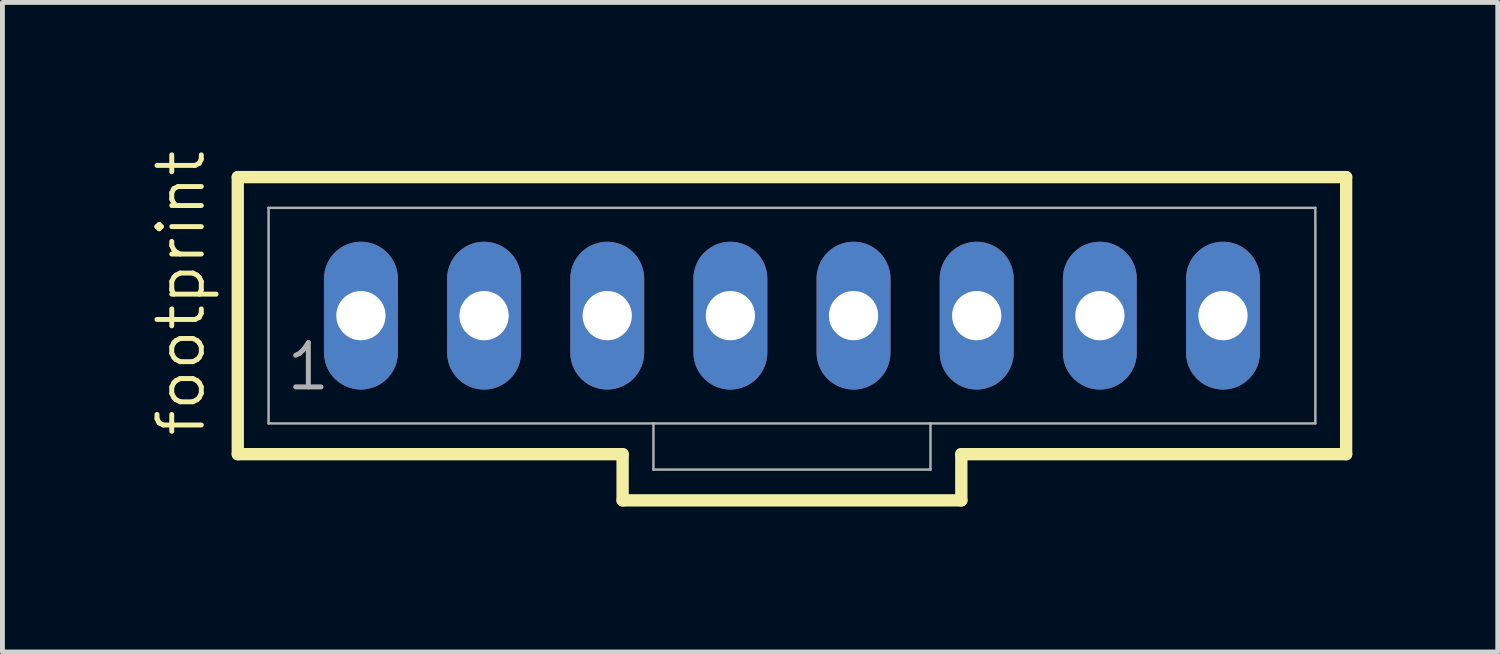
<source format=kicad_pcb>
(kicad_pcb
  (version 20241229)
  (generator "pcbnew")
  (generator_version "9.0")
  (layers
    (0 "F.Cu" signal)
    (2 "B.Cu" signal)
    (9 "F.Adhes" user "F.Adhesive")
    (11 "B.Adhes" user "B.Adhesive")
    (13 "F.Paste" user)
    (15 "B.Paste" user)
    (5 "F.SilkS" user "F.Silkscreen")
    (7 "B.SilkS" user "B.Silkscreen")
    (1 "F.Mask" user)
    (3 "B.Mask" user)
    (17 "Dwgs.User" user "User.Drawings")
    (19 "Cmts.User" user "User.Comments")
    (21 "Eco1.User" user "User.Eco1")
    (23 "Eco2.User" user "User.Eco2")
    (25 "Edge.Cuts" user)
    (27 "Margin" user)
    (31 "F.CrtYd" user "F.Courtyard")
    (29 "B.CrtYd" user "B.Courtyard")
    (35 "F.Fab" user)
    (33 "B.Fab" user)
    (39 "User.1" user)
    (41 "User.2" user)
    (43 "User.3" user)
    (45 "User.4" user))
  (footprint "footprint"
    (layer "F.Cu")
    (at 13.284 3.46)
    (property "Reference" "footprint" (at -12.065 2.54 90) (layer "F.SilkS") (effects (font (size 0.914 0.914) (thickness 0.102)) (justify left bottom)))
    (fp_line (start -11.43 -2.857) (end -11.43 2.857) (stroke (width 0.254) (type solid)) (layer "F.SilkS"))
    (fp_line (start -11.43 2.857) (end -3.493 2.857) (stroke (width 0.254) (type solid)) (layer "F.SilkS"))
    (fp_line (start -3.493 2.857) (end -3.493 3.81) (stroke (width 0.254) (type solid)) (layer "F.SilkS"))
    (fp_line (start -3.493 3.81) (end 3.493 3.81) (stroke (width 0.254) (type solid)) (layer "F.SilkS"))
    (fp_line (start 3.493 2.857) (end 11.43 2.857) (stroke (width 0.254) (type solid)) (layer "F.SilkS"))
    (fp_line (start 3.493 3.81) (end 3.493 2.857) (stroke (width 0.254) (type solid)) (layer "F.SilkS"))
    (fp_line (start 11.43 -2.857) (end -11.43 -2.857) (stroke (width 0.254) (type solid)) (layer "F.SilkS"))
    (fp_line (start 11.43 2.857) (end 11.43 -2.857) (stroke (width 0.254) (type solid)) (layer "F.SilkS"))
    (fp_line (start -10.795 -2.223) (end -10.795 2.223) (stroke (width 0.051) (type solid)) (layer "F.Fab"))
    (fp_line (start -10.795 -2.223) (end 10.795 -2.223) (stroke (width 0.051) (type solid)) (layer "F.Fab"))
    (fp_line (start -10.795 2.223) (end -2.857 2.223) (stroke (width 0.051) (type solid)) (layer "F.Fab"))
    (fp_line (start -2.857 2.223) (end -2.857 3.175) (stroke (width 0.051) (type solid)) (layer "F.Fab"))
    (fp_line (start -2.857 2.223) (end 2.857 2.223) (stroke (width 0.051) (type solid)) (layer "F.Fab"))
    (fp_line (start 2.857 2.223) (end 2.857 3.175) (stroke (width 0.051) (type solid)) (layer "F.Fab"))
    (fp_line (start 2.857 2.223) (end 10.795 2.223) (stroke (width 0.051) (type solid)) (layer "F.Fab"))
    (fp_line (start 2.857 3.175) (end -2.857 3.175) (stroke (width 0.051) (type solid)) (layer "F.Fab"))
    (fp_line (start 10.795 -2.223) (end 10.795 2.223) (stroke (width 0.051) (type solid)) (layer "F.Fab"))
    (fp_poly (pts (xy -9.128 0.238) (xy -8.652 0.238) (xy -8.652 -0.238) (xy -9.128 -0.238)) (stroke (width 0.1) (type solid)) (fill no) (layer "F.Fab"))
    (fp_poly (pts (xy -6.588 0.238) (xy -6.112 0.238) (xy -6.112 -0.238) (xy -6.588 -0.238)) (stroke (width 0.1) (type solid)) (fill no) (layer "F.Fab"))
    (fp_poly (pts (xy -4.048 0.238) (xy -3.572 0.238) (xy -3.572 -0.238) (xy -4.048 -0.238)) (stroke (width 0.1) (type solid)) (fill no) (layer "F.Fab"))
    (fp_poly (pts (xy -1.508 0.238) (xy -1.032 0.238) (xy -1.032 -0.238) (xy -1.508 -0.238)) (stroke (width 0.1) (type solid)) (fill no) (layer "F.Fab"))
    (fp_poly (pts (xy 1.032 0.238) (xy 1.508 0.238) (xy 1.508 -0.238) (xy 1.032 -0.238)) (stroke (width 0.1) (type solid)) (fill no) (layer "F.Fab"))
    (fp_poly (pts (xy 3.572 0.238) (xy 4.048 0.238) (xy 4.048 -0.238) (xy 3.572 -0.238)) (stroke (width 0.1) (type solid)) (fill no) (layer "F.Fab"))
    (fp_poly (pts (xy 6.112 0.238) (xy 6.588 0.238) (xy 6.588 -0.238) (xy 6.112 -0.238)) (stroke (width 0.1) (type solid)) (fill no) (layer "F.Fab"))
    (fp_poly (pts (xy 8.652 0.238) (xy 9.128 0.238) (xy 9.128 -0.238) (xy 8.652 -0.238)) (stroke (width 0.1) (type solid)) (fill no) (layer "F.Fab"))
    (fp_text user "1" (at -10.477 1.587 0) (layer "F.Fab") (effects (font (size 0.914 0.914) (thickness 0.102)) (justify left bottom)))
    (pad "1" thru_hole oval (at -8.89 0 90) (size 3.048 1.524) (drill 1.016) (layers "*.Cu" "*.Mask"))
    (pad "2" thru_hole oval (at -6.35 0 90) (size 3.048 1.524) (drill 1.016) (layers "*.Cu" "*.Mask"))
    (pad "3" thru_hole oval (at -3.81 0 90) (size 3.048 1.524) (drill 1.016) (layers "*.Cu" "*.Mask"))
    (pad "4" thru_hole oval (at -1.27 0 90) (size 3.048 1.524) (drill 1.016) (layers "*.Cu" "*.Mask"))
    (pad "5" thru_hole oval (at 1.27 0 90) (size 3.048 1.524) (drill 1.016) (layers "*.Cu" "*.Mask"))
    (pad "6" thru_hole oval (at 3.81 0 90) (size 3.048 1.524) (drill 1.016) (layers "*.Cu" "*.Mask"))
    (pad "7" thru_hole oval (at 6.35 0 90) (size 3.048 1.524) (drill 1.016) (layers "*.Cu" "*.Mask"))
    (pad "8" thru_hole oval (at 8.89 0 90) (size 3.048 1.524) (drill 1.016) (layers "*.Cu" "*.Mask")))
  (gr_rect
    (start -3 -3)
    (end 27.841 10.397)
    (stroke (width 0.1) (type default))
    (fill no)
    (layer "Edge.Cuts")))
</source>
